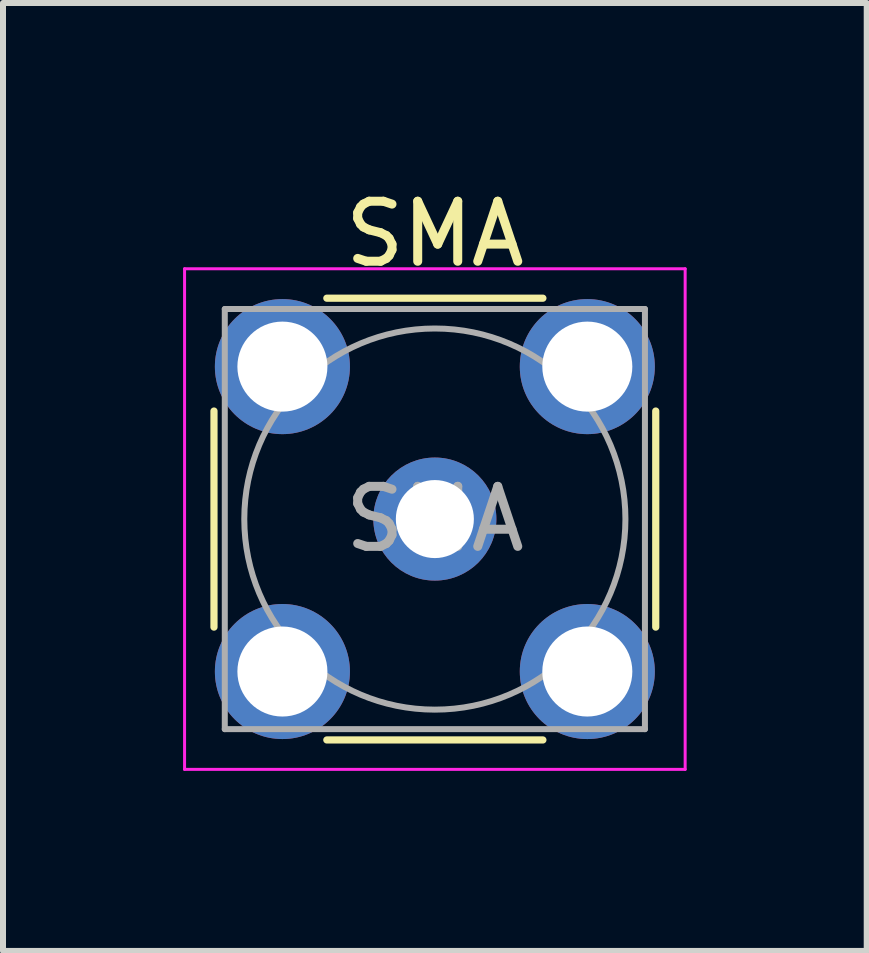
<source format=kicad_pcb>
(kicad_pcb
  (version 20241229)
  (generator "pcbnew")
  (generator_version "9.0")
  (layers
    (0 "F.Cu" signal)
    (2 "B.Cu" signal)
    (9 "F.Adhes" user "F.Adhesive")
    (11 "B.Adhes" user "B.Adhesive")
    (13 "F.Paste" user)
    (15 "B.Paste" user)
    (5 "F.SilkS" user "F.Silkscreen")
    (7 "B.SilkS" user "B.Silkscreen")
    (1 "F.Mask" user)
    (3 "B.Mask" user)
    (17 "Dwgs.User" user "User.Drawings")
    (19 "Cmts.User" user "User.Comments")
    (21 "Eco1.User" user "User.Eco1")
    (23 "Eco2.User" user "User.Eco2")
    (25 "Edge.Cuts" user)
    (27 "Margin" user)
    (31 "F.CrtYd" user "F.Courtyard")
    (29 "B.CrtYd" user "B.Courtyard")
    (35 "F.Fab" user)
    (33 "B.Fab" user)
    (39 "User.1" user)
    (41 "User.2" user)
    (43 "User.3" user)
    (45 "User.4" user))
  (footprint "SMA"
    (layer "F.Cu")
    (at 4.195 5.598)
    (property "Reference" "SMA" (at 0 -4.75 0) (layer "F.SilkS") (effects (font (size 1 1) (thickness 0.15))))
    (attr through_hole)
    (fp_line (start -3.68 -1.8) (end -3.68 1.8) (stroke (width 0.12) (type solid)) (layer "F.SilkS"))
    (fp_line (start -1.8 -3.68) (end 1.8 -3.68) (stroke (width 0.12) (type solid)) (layer "F.SilkS"))
    (fp_line (start -1.8 3.68) (end 1.8 3.68) (stroke (width 0.12) (type solid)) (layer "F.SilkS"))
    (fp_line (start 3.68 -1.8) (end 3.68 1.8) (stroke (width 0.12) (type solid)) (layer "F.SilkS"))
    (fp_line (start -4.17 -4.17) (end -4.17 4.17) (stroke (width 0.05) (type solid)) (layer "F.CrtYd"))
    (fp_line (start -4.17 -4.17) (end 4.17 -4.17) (stroke (width 0.05) (type solid)) (layer "F.CrtYd"))
    (fp_line (start 4.17 4.17) (end -4.17 4.17) (stroke (width 0.05) (type solid)) (layer "F.CrtYd"))
    (fp_line (start 4.17 4.17) (end 4.17 -4.17) (stroke (width 0.05) (type solid)) (layer "F.CrtYd"))
    (fp_line (start -3.5 -3.5) (end -3.5 3.5) (stroke (width 0.1) (type solid)) (layer "F.Fab"))
    (fp_line (start -3.5 -3.5) (end 3.5 -3.5) (stroke (width 0.1) (type solid)) (layer "F.Fab"))
    (fp_line (start -3.5 3.5) (end 3.5 3.5) (stroke (width 0.1) (type solid)) (layer "F.Fab"))
    (fp_line (start 3.5 -3.5) (end 3.5 3.5) (stroke (width 0.1) (type solid)) (layer "F.Fab"))
    (fp_circle (center 0 0) (end 3.175 0) (stroke (width 0.1) (type solid)) (fill no) (layer "F.Fab"))
    (fp_text user "${REFERENCE}" (at 0 0 0) (layer "F.Fab") (effects (font (size 1 1) (thickness 0.15))))
    (pad "1" thru_hole circle (at 0 0) (size 2.05 2.05) (drill 1.3) (layers "*.Cu" "*.Mask"))
    (pad "2" thru_hole circle (at -2.54 -2.54) (size 2.25 2.25) (drill 1.5) (layers "*.Cu" "*.Mask"))
    (pad "2" thru_hole circle (at -2.54 2.54) (size 2.25 2.25) (drill 1.5) (layers "*.Cu" "*.Mask"))
    (pad "2" thru_hole circle (at 2.54 -2.54) (size 2.25 2.25) (drill 1.5) (layers "*.Cu" "*.Mask"))
    (pad "2" thru_hole circle (at 2.54 2.54) (size 2.25 2.25) (drill 1.5) (layers "*.Cu" "*.Mask")))
  (gr_rect
    (start -3 -3)
    (end 11.39 12.793)
    (stroke (width 0.1) (type default))
    (fill no)
    (layer "Edge.Cuts")))
</source>
